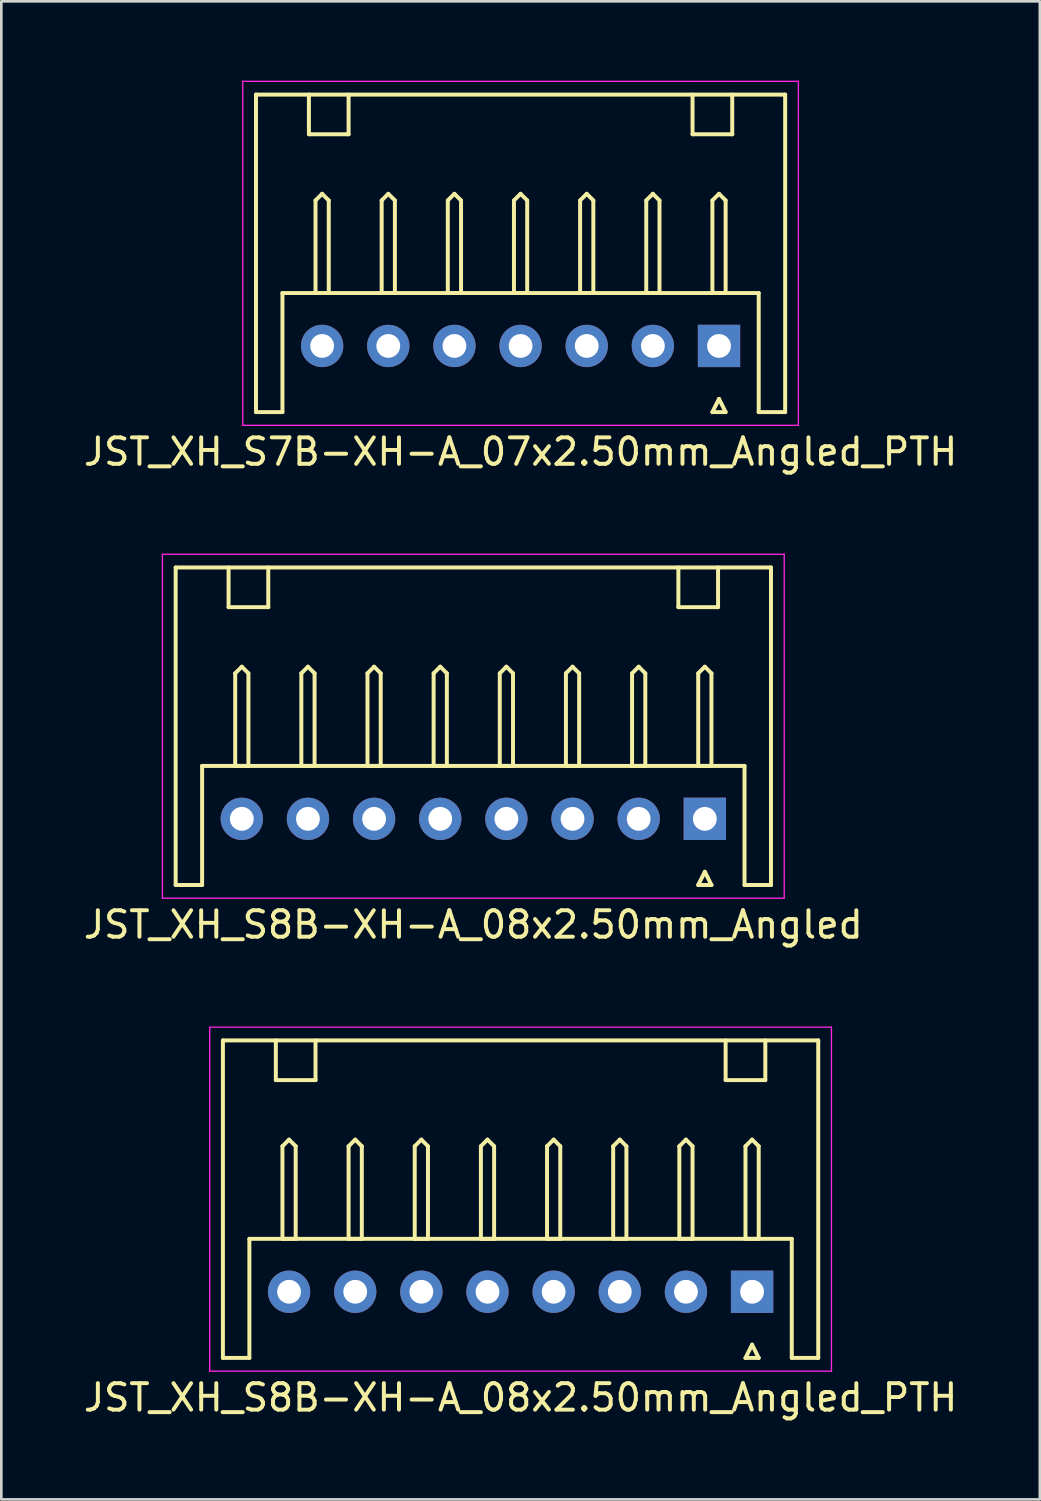
<source format=kicad_pcb>
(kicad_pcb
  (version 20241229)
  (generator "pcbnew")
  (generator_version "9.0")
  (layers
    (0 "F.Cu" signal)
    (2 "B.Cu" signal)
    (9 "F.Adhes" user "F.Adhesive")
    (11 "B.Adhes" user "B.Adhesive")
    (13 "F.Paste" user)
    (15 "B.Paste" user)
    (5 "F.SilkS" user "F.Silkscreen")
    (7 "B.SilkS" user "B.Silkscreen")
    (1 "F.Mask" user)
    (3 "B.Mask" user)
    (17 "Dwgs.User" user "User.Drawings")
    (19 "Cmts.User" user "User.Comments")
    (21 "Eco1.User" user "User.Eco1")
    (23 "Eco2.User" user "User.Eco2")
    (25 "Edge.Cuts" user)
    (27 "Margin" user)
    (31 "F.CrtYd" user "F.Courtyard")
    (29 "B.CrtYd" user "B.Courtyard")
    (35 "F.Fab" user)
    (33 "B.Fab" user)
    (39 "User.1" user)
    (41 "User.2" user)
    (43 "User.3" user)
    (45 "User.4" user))
  (footprint "JST_XH_S8B-XH-A_08x2.50mm_Angled"
    (layer "F.Cu")
    (at 23.589 27.898)
    (property "Reference" "JST_XH_S8B-XH-A_08x2.50mm_Angled" (at -8.75 4 180) (layer "F.SilkS") (effects (font (size 1 1) (thickness 0.15))))
    (attr through_hole)
    (fp_line (start -20 -9.5) (end -20 2.5) (stroke (width 0.15) (type solid)) (layer "F.SilkS"))
    (fp_line (start -20 -9.5) (end 2.5 -9.5) (stroke (width 0.15) (type solid)) (layer "F.SilkS"))
    (fp_line (start -19 -2) (end -19 2.5) (stroke (width 0.15) (type solid)) (layer "F.SilkS"))
    (fp_line (start -19 -2) (end 1.5 -2) (stroke (width 0.15) (type solid)) (layer "F.SilkS"))
    (fp_line (start -19 2.5) (end -20 2.5) (stroke (width 0.15) (type solid)) (layer "F.SilkS"))
    (fp_line (start -18 -9.5) (end -18 -8) (stroke (width 0.15) (type solid)) (layer "F.SilkS"))
    (fp_line (start -18 -8) (end -16.5 -8) (stroke (width 0.15) (type solid)) (layer "F.SilkS"))
    (fp_line (start -17.75 -5.5) (end -17.75 -2) (stroke (width 0.15) (type solid)) (layer "F.SilkS"))
    (fp_line (start -17.75 -2) (end -17.25 -2) (stroke (width 0.15) (type solid)) (layer "F.SilkS"))
    (fp_line (start -17.5 -5.75) (end -17.75 -5.5) (stroke (width 0.15) (type solid)) (layer "F.SilkS"))
    (fp_line (start -17.25 -5.5) (end -17.5 -5.75) (stroke (width 0.15) (type solid)) (layer "F.SilkS"))
    (fp_line (start -17.25 -2) (end -17.25 -5.5) (stroke (width 0.15) (type solid)) (layer "F.SilkS"))
    (fp_line (start -16.5 -8) (end -16.5 -9.5) (stroke (width 0.15) (type solid)) (layer "F.SilkS"))
    (fp_line (start -15.25 -5.5) (end -15.25 -2) (stroke (width 0.15) (type solid)) (layer "F.SilkS"))
    (fp_line (start -15.25 -2) (end -14.75 -2) (stroke (width 0.15) (type solid)) (layer "F.SilkS"))
    (fp_line (start -15 -5.75) (end -15.25 -5.5) (stroke (width 0.15) (type solid)) (layer "F.SilkS"))
    (fp_line (start -14.75 -5.5) (end -15 -5.75) (stroke (width 0.15) (type solid)) (layer "F.SilkS"))
    (fp_line (start -14.75 -2) (end -14.75 -5.5) (stroke (width 0.15) (type solid)) (layer "F.SilkS"))
    (fp_line (start -12.75 -5.5) (end -12.75 -2) (stroke (width 0.15) (type solid)) (layer "F.SilkS"))
    (fp_line (start -12.75 -2) (end -12.25 -2) (stroke (width 0.15) (type solid)) (layer "F.SilkS"))
    (fp_line (start -12.5 -5.75) (end -12.75 -5.5) (stroke (width 0.15) (type solid)) (layer "F.SilkS"))
    (fp_line (start -12.25 -5.5) (end -12.5 -5.75) (stroke (width 0.15) (type solid)) (layer "F.SilkS"))
    (fp_line (start -12.25 -2) (end -12.25 -5.5) (stroke (width 0.15) (type solid)) (layer "F.SilkS"))
    (fp_line (start -10.25 -5.5) (end -10.25 -2) (stroke (width 0.15) (type solid)) (layer "F.SilkS"))
    (fp_line (start -10.25 -2) (end -9.75 -2) (stroke (width 0.15) (type solid)) (layer "F.SilkS"))
    (fp_line (start -10 -5.75) (end -10.25 -5.5) (stroke (width 0.15) (type solid)) (layer "F.SilkS"))
    (fp_line (start -9.75 -5.5) (end -10 -5.75) (stroke (width 0.15) (type solid)) (layer "F.SilkS"))
    (fp_line (start -9.75 -2) (end -9.75 -5.5) (stroke (width 0.15) (type solid)) (layer "F.SilkS"))
    (fp_line (start -7.75 -5.5) (end -7.75 -2) (stroke (width 0.15) (type solid)) (layer "F.SilkS"))
    (fp_line (start -7.75 -2) (end -7.25 -2) (stroke (width 0.15) (type solid)) (layer "F.SilkS"))
    (fp_line (start -7.5 -5.75) (end -7.75 -5.5) (stroke (width 0.15) (type solid)) (layer "F.SilkS"))
    (fp_line (start -7.25 -5.5) (end -7.5 -5.75) (stroke (width 0.15) (type solid)) (layer "F.SilkS"))
    (fp_line (start -7.25 -2) (end -7.25 -5.5) (stroke (width 0.15) (type solid)) (layer "F.SilkS"))
    (fp_line (start -5.25 -5.5) (end -5.25 -2) (stroke (width 0.15) (type solid)) (layer "F.SilkS"))
    (fp_line (start -5.25 -2) (end -4.75 -2) (stroke (width 0.15) (type solid)) (layer "F.SilkS"))
    (fp_line (start -5 -5.75) (end -5.25 -5.5) (stroke (width 0.15) (type solid)) (layer "F.SilkS"))
    (fp_line (start -4.75 -5.5) (end -5 -5.75) (stroke (width 0.15) (type solid)) (layer "F.SilkS"))
    (fp_line (start -4.75 -2) (end -4.75 -5.5) (stroke (width 0.15) (type solid)) (layer "F.SilkS"))
    (fp_line (start -2.75 -5.5) (end -2.75 -2) (stroke (width 0.15) (type solid)) (layer "F.SilkS"))
    (fp_line (start -2.75 -2) (end -2.25 -2) (stroke (width 0.15) (type solid)) (layer "F.SilkS"))
    (fp_line (start -2.5 -5.75) (end -2.75 -5.5) (stroke (width 0.15) (type solid)) (layer "F.SilkS"))
    (fp_line (start -2.25 -5.5) (end -2.5 -5.75) (stroke (width 0.15) (type solid)) (layer "F.SilkS"))
    (fp_line (start -2.25 -2) (end -2.25 -5.5) (stroke (width 0.15) (type solid)) (layer "F.SilkS"))
    (fp_line (start -1 -8) (end -1 -9.5) (stroke (width 0.15) (type solid)) (layer "F.SilkS"))
    (fp_line (start -0.25 -5.5) (end -0.25 -2) (stroke (width 0.15) (type solid)) (layer "F.SilkS"))
    (fp_line (start -0.25 -2) (end 0.25 -2) (stroke (width 0.15) (type solid)) (layer "F.SilkS"))
    (fp_line (start -0.25 2.5) (end 0 2) (stroke (width 0.15) (type solid)) (layer "F.SilkS"))
    (fp_line (start 0 -5.75) (end -0.25 -5.5) (stroke (width 0.15) (type solid)) (layer "F.SilkS"))
    (fp_line (start 0 2) (end 0.25 2.5) (stroke (width 0.15) (type solid)) (layer "F.SilkS"))
    (fp_line (start 0.25 -5.5) (end 0 -5.75) (stroke (width 0.15) (type solid)) (layer "F.SilkS"))
    (fp_line (start 0.25 -2) (end 0.25 -5.5) (stroke (width 0.15) (type solid)) (layer "F.SilkS"))
    (fp_line (start 0.25 2.5) (end -0.25 2.5) (stroke (width 0.15) (type solid)) (layer "F.SilkS"))
    (fp_line (start 0.5 -9.5) (end 0.5 -8) (stroke (width 0.15) (type solid)) (layer "F.SilkS"))
    (fp_line (start 0.5 -8) (end -1 -8) (stroke (width 0.15) (type solid)) (layer "F.SilkS"))
    (fp_line (start 1.5 2.5) (end 1.5 -2) (stroke (width 0.15) (type solid)) (layer "F.SilkS"))
    (fp_line (start 1.5 2.5) (end 2.5 2.5) (stroke (width 0.15) (type solid)) (layer "F.SilkS"))
    (fp_line (start 2.5 2.5) (end 2.5 -9.5) (stroke (width 0.15) (type solid)) (layer "F.SilkS"))
    (fp_line (start -20.5 -10) (end 3 -10) (stroke (width 0.05) (type solid)) (layer "F.CrtYd"))
    (fp_line (start -20.5 3) (end -20.5 -10) (stroke (width 0.05) (type solid)) (layer "F.CrtYd"))
    (fp_line (start 3 -10) (end 3 3) (stroke (width 0.05) (type solid)) (layer "F.CrtYd"))
    (fp_line (start 3 3) (end -20.5 3) (stroke (width 0.05) (type solid)) (layer "F.CrtYd"))
    (pad "1" thru_hole rect (at 0 0) (size 1.6 1.6) (drill 0.9) (layers "*.Cu" "*.Mask"))
    (pad "2" thru_hole circle (at -2.5 0) (size 1.6 1.6) (drill 0.9) (layers "*.Cu" "*.Mask"))
    (pad "3" thru_hole circle (at -5 0) (size 1.6 1.6) (drill 0.9) (layers "*.Cu" "*.Mask"))
    (pad "4" thru_hole circle (at -7.5 0) (size 1.6 1.6) (drill 0.9) (layers "*.Cu" "*.Mask"))
    (pad "5" thru_hole circle (at -10 0) (size 1.6 1.6) (drill 0.9) (layers "*.Cu" "*.Mask"))
    (pad "6" thru_hole circle (at -12.5 0) (size 1.6 1.6) (drill 0.9) (layers "*.Cu" "*.Mask"))
    (pad "7" thru_hole circle (at -15 0) (size 1.6 1.6) (drill 0.9) (layers "*.Cu" "*.Mask"))
    (pad "8" thru_hole circle (at -17.5 0) (size 1.6 1.6) (drill 0.9) (layers "*.Cu" "*.Mask")))
  (footprint "JST_XH_S7B-XH-A_07x2.50mm_Angled_PTH"
    (layer "F.Cu")
    (at 24.125 10.025)
    (property "Reference" "JST_XH_S7B-XH-A_07x2.50mm_Angled_PTH" (at -7.5 4 180) (layer "F.SilkS") (effects (font (size 1 1) (thickness 0.15))))
    (attr through_hole)
    (fp_line (start -17.5 -9.5) (end -17.5 2.5) (stroke (width 0.15) (type solid)) (layer "F.SilkS"))
    (fp_line (start -17.5 -9.5) (end 2.5 -9.5) (stroke (width 0.15) (type solid)) (layer "F.SilkS"))
    (fp_line (start -16.5 -2) (end -16.5 2.5) (stroke (width 0.15) (type solid)) (layer "F.SilkS"))
    (fp_line (start -16.5 -2) (end 1.5 -2) (stroke (width 0.15) (type solid)) (layer "F.SilkS"))
    (fp_line (start -16.5 2.5) (end -17.5 2.5) (stroke (width 0.15) (type solid)) (layer "F.SilkS"))
    (fp_line (start -15.5 -9.5) (end -15.5 -8) (stroke (width 0.15) (type solid)) (layer "F.SilkS"))
    (fp_line (start -15.5 -8) (end -14 -8) (stroke (width 0.15) (type solid)) (layer "F.SilkS"))
    (fp_line (start -15.25 -5.5) (end -15.25 -2) (stroke (width 0.15) (type solid)) (layer "F.SilkS"))
    (fp_line (start -15.25 -2) (end -14.75 -2) (stroke (width 0.15) (type solid)) (layer "F.SilkS"))
    (fp_line (start -15 -5.75) (end -15.25 -5.5) (stroke (width 0.15) (type solid)) (layer "F.SilkS"))
    (fp_line (start -14.75 -5.5) (end -15 -5.75) (stroke (width 0.15) (type solid)) (layer "F.SilkS"))
    (fp_line (start -14.75 -2) (end -14.75 -5.5) (stroke (width 0.15) (type solid)) (layer "F.SilkS"))
    (fp_line (start -14 -8) (end -14 -9.5) (stroke (width 0.15) (type solid)) (layer "F.SilkS"))
    (fp_line (start -12.75 -5.5) (end -12.75 -2) (stroke (width 0.15) (type solid)) (layer "F.SilkS"))
    (fp_line (start -12.75 -2) (end -12.25 -2) (stroke (width 0.15) (type solid)) (layer "F.SilkS"))
    (fp_line (start -12.5 -5.75) (end -12.75 -5.5) (stroke (width 0.15) (type solid)) (layer "F.SilkS"))
    (fp_line (start -12.25 -5.5) (end -12.5 -5.75) (stroke (width 0.15) (type solid)) (layer "F.SilkS"))
    (fp_line (start -12.25 -2) (end -12.25 -5.5) (stroke (width 0.15) (type solid)) (layer "F.SilkS"))
    (fp_line (start -10.25 -5.5) (end -10.25 -2) (stroke (width 0.15) (type solid)) (layer "F.SilkS"))
    (fp_line (start -10.25 -2) (end -9.75 -2) (stroke (width 0.15) (type solid)) (layer "F.SilkS"))
    (fp_line (start -10 -5.75) (end -10.25 -5.5) (stroke (width 0.15) (type solid)) (layer "F.SilkS"))
    (fp_line (start -9.75 -5.5) (end -10 -5.75) (stroke (width 0.15) (type solid)) (layer "F.SilkS"))
    (fp_line (start -9.75 -2) (end -9.75 -5.5) (stroke (width 0.15) (type solid)) (layer "F.SilkS"))
    (fp_line (start -7.75 -5.5) (end -7.75 -2) (stroke (width 0.15) (type solid)) (layer "F.SilkS"))
    (fp_line (start -7.75 -2) (end -7.25 -2) (stroke (width 0.15) (type solid)) (layer "F.SilkS"))
    (fp_line (start -7.5 -5.75) (end -7.75 -5.5) (stroke (width 0.15) (type solid)) (layer "F.SilkS"))
    (fp_line (start -7.25 -5.5) (end -7.5 -5.75) (stroke (width 0.15) (type solid)) (layer "F.SilkS"))
    (fp_line (start -7.25 -2) (end -7.25 -5.5) (stroke (width 0.15) (type solid)) (layer "F.SilkS"))
    (fp_line (start -5.25 -5.5) (end -5.25 -2) (stroke (width 0.15) (type solid)) (layer "F.SilkS"))
    (fp_line (start -5.25 -2) (end -4.75 -2) (stroke (width 0.15) (type solid)) (layer "F.SilkS"))
    (fp_line (start -5 -5.75) (end -5.25 -5.5) (stroke (width 0.15) (type solid)) (layer "F.SilkS"))
    (fp_line (start -4.75 -5.5) (end -5 -5.75) (stroke (width 0.15) (type solid)) (layer "F.SilkS"))
    (fp_line (start -4.75 -2) (end -4.75 -5.5) (stroke (width 0.15) (type solid)) (layer "F.SilkS"))
    (fp_line (start -2.75 -5.5) (end -2.75 -2) (stroke (width 0.15) (type solid)) (layer "F.SilkS"))
    (fp_line (start -2.75 -2) (end -2.25 -2) (stroke (width 0.15) (type solid)) (layer "F.SilkS"))
    (fp_line (start -2.5 -5.75) (end -2.75 -5.5) (stroke (width 0.15) (type solid)) (layer "F.SilkS"))
    (fp_line (start -2.25 -5.5) (end -2.5 -5.75) (stroke (width 0.15) (type solid)) (layer "F.SilkS"))
    (fp_line (start -2.25 -2) (end -2.25 -5.5) (stroke (width 0.15) (type solid)) (layer "F.SilkS"))
    (fp_line (start -1 -8) (end -1 -9.5) (stroke (width 0.15) (type solid)) (layer "F.SilkS"))
    (fp_line (start -0.25 -5.5) (end -0.25 -2) (stroke (width 0.15) (type solid)) (layer "F.SilkS"))
    (fp_line (start -0.25 -2) (end 0.25 -2) (stroke (width 0.15) (type solid)) (layer "F.SilkS"))
    (fp_line (start -0.25 2.5) (end 0 2) (stroke (width 0.15) (type solid)) (layer "F.SilkS"))
    (fp_line (start 0 -5.75) (end -0.25 -5.5) (stroke (width 0.15) (type solid)) (layer "F.SilkS"))
    (fp_line (start 0 2) (end 0.25 2.5) (stroke (width 0.15) (type solid)) (layer "F.SilkS"))
    (fp_line (start 0.25 -5.5) (end 0 -5.75) (stroke (width 0.15) (type solid)) (layer "F.SilkS"))
    (fp_line (start 0.25 -2) (end 0.25 -5.5) (stroke (width 0.15) (type solid)) (layer "F.SilkS"))
    (fp_line (start 0.25 2.5) (end -0.25 2.5) (stroke (width 0.15) (type solid)) (layer "F.SilkS"))
    (fp_line (start 0.5 -9.5) (end 0.5 -8) (stroke (width 0.15) (type solid)) (layer "F.SilkS"))
    (fp_line (start 0.5 -8) (end -1 -8) (stroke (width 0.15) (type solid)) (layer "F.SilkS"))
    (fp_line (start 1.5 2.5) (end 1.5 -2) (stroke (width 0.15) (type solid)) (layer "F.SilkS"))
    (fp_line (start 1.5 2.5) (end 2.5 2.5) (stroke (width 0.15) (type solid)) (layer "F.SilkS"))
    (fp_line (start 2.5 2.5) (end 2.5 -9.5) (stroke (width 0.15) (type solid)) (layer "F.SilkS"))
    (fp_line (start -18 -10) (end 3 -10) (stroke (width 0.05) (type solid)) (layer "F.CrtYd"))
    (fp_line (start -18 3) (end -18 -10) (stroke (width 0.05) (type solid)) (layer "F.CrtYd"))
    (fp_line (start 3 -10) (end 3 3) (stroke (width 0.05) (type solid)) (layer "F.CrtYd"))
    (fp_line (start 3 3) (end -18 3) (stroke (width 0.05) (type solid)) (layer "F.CrtYd"))
    (pad "1" thru_hole rect (at 0 0) (size 1.6 1.6) (drill 0.9) (layers "*.Cu" "*.Mask"))
    (pad "2" thru_hole circle (at -2.5 0) (size 1.6 1.6) (drill 0.9) (layers "*.Cu" "*.Mask"))
    (pad "3" thru_hole circle (at -5 0) (size 1.6 1.6) (drill 0.9) (layers "*.Cu" "*.Mask"))
    (pad "4" thru_hole circle (at -7.5 0) (size 1.6 1.6) (drill 0.9) (layers "*.Cu" "*.Mask"))
    (pad "5" thru_hole circle (at -10 0) (size 1.6 1.6) (drill 0.9) (layers "*.Cu" "*.Mask"))
    (pad "6" thru_hole circle (at -12.5 0) (size 1.6 1.6) (drill 0.9) (layers "*.Cu" "*.Mask"))
    (pad "7" thru_hole circle (at -15 0) (size 1.6 1.6) (drill 0.9) (layers "*.Cu" "*.Mask")))
  (footprint "JST_XH_S8B-XH-A_08x2.50mm_Angled_PTH"
    (layer "F.Cu")
    (at 25.375 45.772)
    (property "Reference" "JST_XH_S8B-XH-A_08x2.50mm_Angled_PTH" (at -8.75 4 180) (layer "F.SilkS") (effects (font (size 1 1) (thickness 0.15))))
    (attr through_hole)
    (fp_line (start -20 -9.5) (end -20 2.5) (stroke (width 0.15) (type solid)) (layer "F.SilkS"))
    (fp_line (start -20 -9.5) (end 2.5 -9.5) (stroke (width 0.15) (type solid)) (layer "F.SilkS"))
    (fp_line (start -19 -2) (end -19 2.5) (stroke (width 0.15) (type solid)) (layer "F.SilkS"))
    (fp_line (start -19 -2) (end 1.5 -2) (stroke (width 0.15) (type solid)) (layer "F.SilkS"))
    (fp_line (start -19 2.5) (end -20 2.5) (stroke (width 0.15) (type solid)) (layer "F.SilkS"))
    (fp_line (start -18 -9.5) (end -18 -8) (stroke (width 0.15) (type solid)) (layer "F.SilkS"))
    (fp_line (start -18 -8) (end -16.5 -8) (stroke (width 0.15) (type solid)) (layer "F.SilkS"))
    (fp_line (start -17.75 -5.5) (end -17.75 -2) (stroke (width 0.15) (type solid)) (layer "F.SilkS"))
    (fp_line (start -17.75 -2) (end -17.25 -2) (stroke (width 0.15) (type solid)) (layer "F.SilkS"))
    (fp_line (start -17.5 -5.75) (end -17.75 -5.5) (stroke (width 0.15) (type solid)) (layer "F.SilkS"))
    (fp_line (start -17.25 -5.5) (end -17.5 -5.75) (stroke (width 0.15) (type solid)) (layer "F.SilkS"))
    (fp_line (start -17.25 -2) (end -17.25 -5.5) (stroke (width 0.15) (type solid)) (layer "F.SilkS"))
    (fp_line (start -16.5 -8) (end -16.5 -9.5) (stroke (width 0.15) (type solid)) (layer "F.SilkS"))
    (fp_line (start -15.25 -5.5) (end -15.25 -2) (stroke (width 0.15) (type solid)) (layer "F.SilkS"))
    (fp_line (start -15.25 -2) (end -14.75 -2) (stroke (width 0.15) (type solid)) (layer "F.SilkS"))
    (fp_line (start -15 -5.75) (end -15.25 -5.5) (stroke (width 0.15) (type solid)) (layer "F.SilkS"))
    (fp_line (start -14.75 -5.5) (end -15 -5.75) (stroke (width 0.15) (type solid)) (layer "F.SilkS"))
    (fp_line (start -14.75 -2) (end -14.75 -5.5) (stroke (width 0.15) (type solid)) (layer "F.SilkS"))
    (fp_line (start -12.75 -5.5) (end -12.75 -2) (stroke (width 0.15) (type solid)) (layer "F.SilkS"))
    (fp_line (start -12.75 -2) (end -12.25 -2) (stroke (width 0.15) (type solid)) (layer "F.SilkS"))
    (fp_line (start -12.5 -5.75) (end -12.75 -5.5) (stroke (width 0.15) (type solid)) (layer "F.SilkS"))
    (fp_line (start -12.25 -5.5) (end -12.5 -5.75) (stroke (width 0.15) (type solid)) (layer "F.SilkS"))
    (fp_line (start -12.25 -2) (end -12.25 -5.5) (stroke (width 0.15) (type solid)) (layer "F.SilkS"))
    (fp_line (start -10.25 -5.5) (end -10.25 -2) (stroke (width 0.15) (type solid)) (layer "F.SilkS"))
    (fp_line (start -10.25 -2) (end -9.75 -2) (stroke (width 0.15) (type solid)) (layer "F.SilkS"))
    (fp_line (start -10 -5.75) (end -10.25 -5.5) (stroke (width 0.15) (type solid)) (layer "F.SilkS"))
    (fp_line (start -9.75 -5.5) (end -10 -5.75) (stroke (width 0.15) (type solid)) (layer "F.SilkS"))
    (fp_line (start -9.75 -2) (end -9.75 -5.5) (stroke (width 0.15) (type solid)) (layer "F.SilkS"))
    (fp_line (start -7.75 -5.5) (end -7.75 -2) (stroke (width 0.15) (type solid)) (layer "F.SilkS"))
    (fp_line (start -7.75 -2) (end -7.25 -2) (stroke (width 0.15) (type solid)) (layer "F.SilkS"))
    (fp_line (start -7.5 -5.75) (end -7.75 -5.5) (stroke (width 0.15) (type solid)) (layer "F.SilkS"))
    (fp_line (start -7.25 -5.5) (end -7.5 -5.75) (stroke (width 0.15) (type solid)) (layer "F.SilkS"))
    (fp_line (start -7.25 -2) (end -7.25 -5.5) (stroke (width 0.15) (type solid)) (layer "F.SilkS"))
    (fp_line (start -5.25 -5.5) (end -5.25 -2) (stroke (width 0.15) (type solid)) (layer "F.SilkS"))
    (fp_line (start -5.25 -2) (end -4.75 -2) (stroke (width 0.15) (type solid)) (layer "F.SilkS"))
    (fp_line (start -5 -5.75) (end -5.25 -5.5) (stroke (width 0.15) (type solid)) (layer "F.SilkS"))
    (fp_line (start -4.75 -5.5) (end -5 -5.75) (stroke (width 0.15) (type solid)) (layer "F.SilkS"))
    (fp_line (start -4.75 -2) (end -4.75 -5.5) (stroke (width 0.15) (type solid)) (layer "F.SilkS"))
    (fp_line (start -2.75 -5.5) (end -2.75 -2) (stroke (width 0.15) (type solid)) (layer "F.SilkS"))
    (fp_line (start -2.75 -2) (end -2.25 -2) (stroke (width 0.15) (type solid)) (layer "F.SilkS"))
    (fp_line (start -2.5 -5.75) (end -2.75 -5.5) (stroke (width 0.15) (type solid)) (layer "F.SilkS"))
    (fp_line (start -2.25 -5.5) (end -2.5 -5.75) (stroke (width 0.15) (type solid)) (layer "F.SilkS"))
    (fp_line (start -2.25 -2) (end -2.25 -5.5) (stroke (width 0.15) (type solid)) (layer "F.SilkS"))
    (fp_line (start -1 -8) (end -1 -9.5) (stroke (width 0.15) (type solid)) (layer "F.SilkS"))
    (fp_line (start -0.25 -5.5) (end -0.25 -2) (stroke (width 0.15) (type solid)) (layer "F.SilkS"))
    (fp_line (start -0.25 -2) (end 0.25 -2) (stroke (width 0.15) (type solid)) (layer "F.SilkS"))
    (fp_line (start -0.25 2.5) (end 0 2) (stroke (width 0.15) (type solid)) (layer "F.SilkS"))
    (fp_line (start 0 -5.75) (end -0.25 -5.5) (stroke (width 0.15) (type solid)) (layer "F.SilkS"))
    (fp_line (start 0 2) (end 0.25 2.5) (stroke (width 0.15) (type solid)) (layer "F.SilkS"))
    (fp_line (start 0.25 -5.5) (end 0 -5.75) (stroke (width 0.15) (type solid)) (layer "F.SilkS"))
    (fp_line (start 0.25 -2) (end 0.25 -5.5) (stroke (width 0.15) (type solid)) (layer "F.SilkS"))
    (fp_line (start 0.25 2.5) (end -0.25 2.5) (stroke (width 0.15) (type solid)) (layer "F.SilkS"))
    (fp_line (start 0.5 -9.5) (end 0.5 -8) (stroke (width 0.15) (type solid)) (layer "F.SilkS"))
    (fp_line (start 0.5 -8) (end -1 -8) (stroke (width 0.15) (type solid)) (layer "F.SilkS"))
    (fp_line (start 1.5 2.5) (end 1.5 -2) (stroke (width 0.15) (type solid)) (layer "F.SilkS"))
    (fp_line (start 1.5 2.5) (end 2.5 2.5) (stroke (width 0.15) (type solid)) (layer "F.SilkS"))
    (fp_line (start 2.5 2.5) (end 2.5 -9.5) (stroke (width 0.15) (type solid)) (layer "F.SilkS"))
    (fp_line (start -20.5 -10) (end 3 -10) (stroke (width 0.05) (type solid)) (layer "F.CrtYd"))
    (fp_line (start -20.5 3) (end -20.5 -10) (stroke (width 0.05) (type solid)) (layer "F.CrtYd"))
    (fp_line (start 3 -10) (end 3 3) (stroke (width 0.05) (type solid)) (layer "F.CrtYd"))
    (fp_line (start 3 3) (end -20.5 3) (stroke (width 0.05) (type solid)) (layer "F.CrtYd"))
    (pad "1" thru_hole rect (at 0 0) (size 1.6 1.6) (drill 0.9) (layers "*.Cu" "*.Mask"))
    (pad "2" thru_hole circle (at -2.5 0) (size 1.6 1.6) (drill 0.9) (layers "*.Cu" "*.Mask"))
    (pad "3" thru_hole circle (at -5 0) (size 1.6 1.6) (drill 0.9) (layers "*.Cu" "*.Mask"))
    (pad "4" thru_hole circle (at -7.5 0) (size 1.6 1.6) (drill 0.9) (layers "*.Cu" "*.Mask"))
    (pad "5" thru_hole circle (at -10 0) (size 1.6 1.6) (drill 0.9) (layers "*.Cu" "*.Mask"))
    (pad "6" thru_hole circle (at -12.5 0) (size 1.6 1.6) (drill 0.9) (layers "*.Cu" "*.Mask"))
    (pad "7" thru_hole circle (at -15 0) (size 1.6 1.6) (drill 0.9) (layers "*.Cu" "*.Mask"))
    (pad "8" thru_hole circle (at -17.5 0) (size 1.6 1.6) (drill 0.9) (layers "*.Cu" "*.Mask")))
  (gr_rect
    (start -3 -3)
    (end 36.25 53.62)
    (stroke (width 0.1) (type default))
    (fill no)
    (layer "Edge.Cuts")))
</source>
